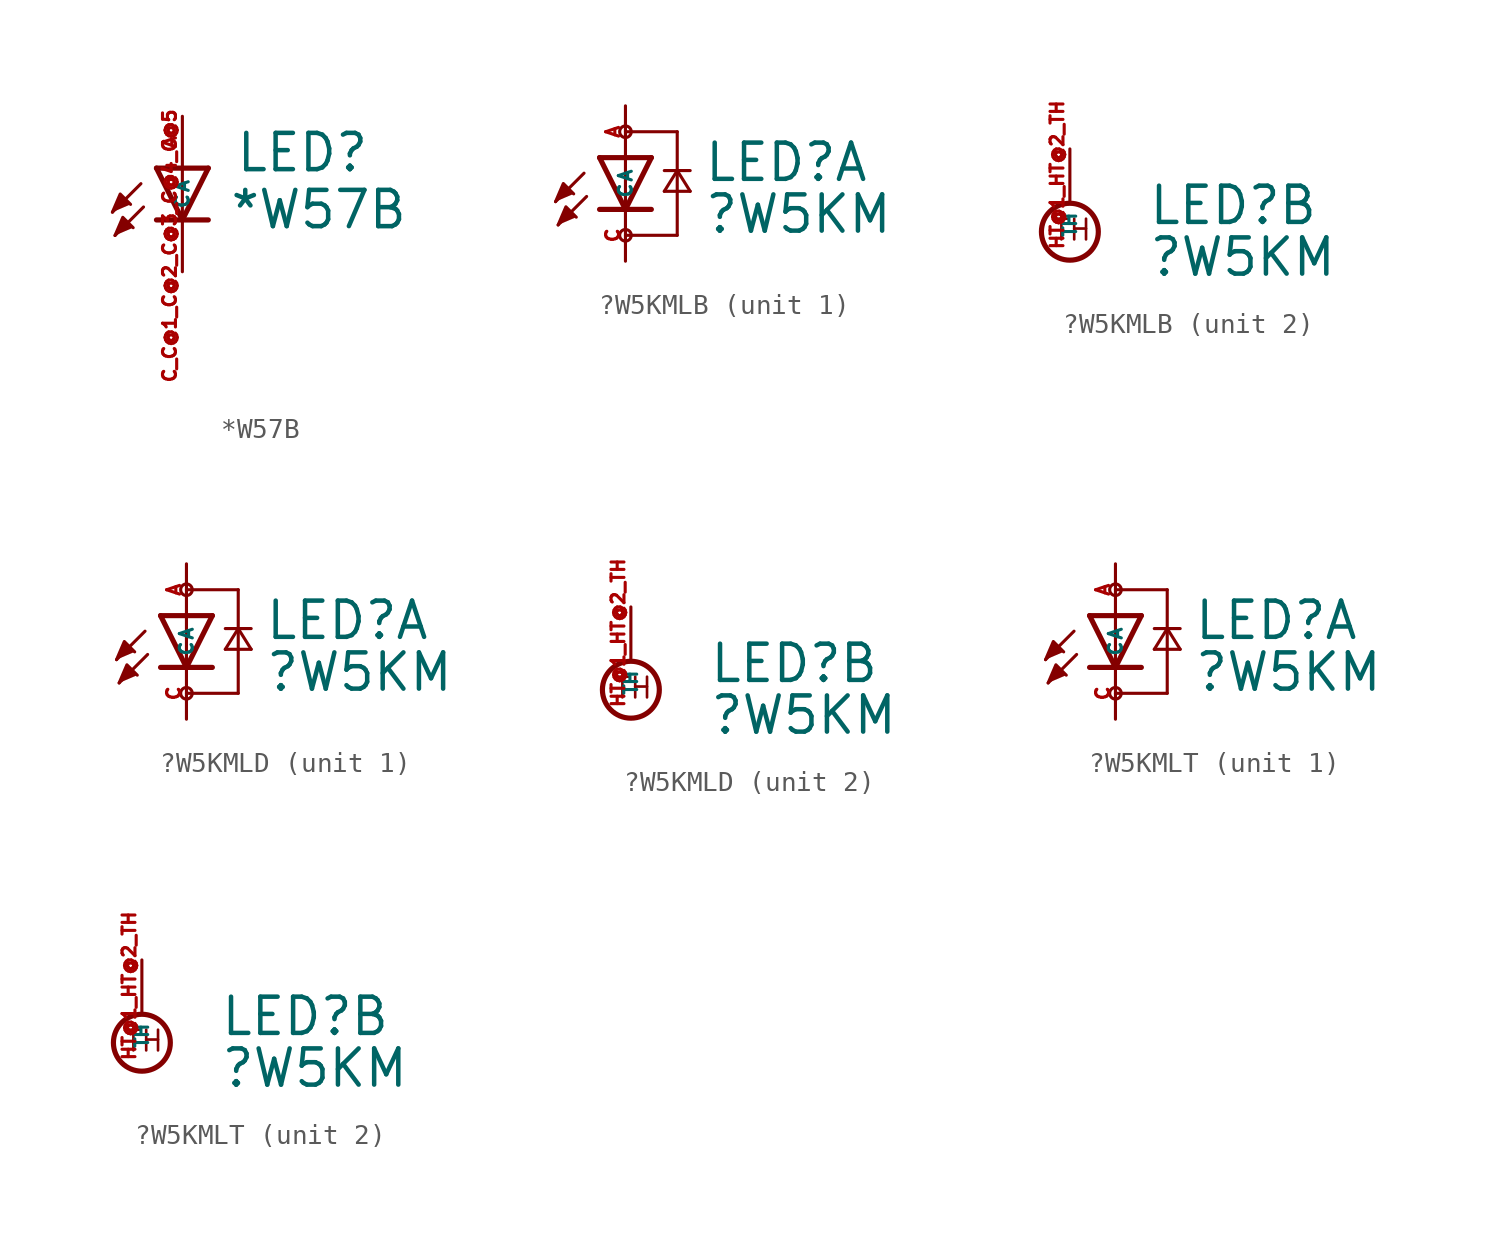
<source format=kicad_sym>
(kicad_symbol_lib
  (version 20220914)
  (generator kicad_symbol_editor)
  (symbol "*W57B"
    (property "Reference" "LED"
      (at 2.565 -0.279 0)
      (effects (font (size 1.778 1.778) (thickness 0.22)) (justify left bottom)))
    (property "Value" "*W57B"
      (at 2.261 -3.073 0)
      (effects (font (size 1.778 1.778) (thickness 0.22)) (justify left bottom)))
    (symbol "*W57B_1_1"
      (polyline (pts (xy -2.032 -0.762) (xy -3.429 -2.159)) (stroke (width 0.152) (type default)) (fill (type none)))
      (polyline (pts (xy -1.905 -1.905) (xy -3.302 -3.302)) (stroke (width 0.152) (type default)) (fill (type none)))
      (polyline (pts (xy 0 -2.54) (xy -1.27 -2.54)) (stroke (width 0.254) (type default)) (fill (type none)))
      (polyline (pts (xy 0 -2.54) (xy -1.27 0)) (stroke (width 0.254) (type default)) (fill (type none)))
      (polyline (pts (xy 0 0) (xy -1.27 0)) (stroke (width 0.254) (type default)) (fill (type none)))
      (polyline (pts (xy 0 0) (xy 0 -2.54)) (stroke (width 0.152) (type default)) (fill (type none)))
      (polyline (pts (xy 1.27 -2.54) (xy 0 -2.54)) (stroke (width 0.254) (type default)) (fill (type none)))
      (polyline (pts (xy 1.27 0) (xy 0 -2.54)) (stroke (width 0.254) (type default)) (fill (type none)))
      (polyline (pts (xy 1.27 0) (xy 0 0)) (stroke (width 0.254) (type default)) (fill (type none)))
      (polyline (pts (xy -3.429 -2.159) (xy -3.048 -1.27) (xy -2.54 -1.778)) (stroke (width 0.152) (type default)) (fill (type outline)))
      (polyline (pts (xy -3.302 -3.302) (xy -2.921 -2.413) (xy -2.413 -2.921)) (stroke (width 0.152) (type default)) (fill (type outline)))
      (pin passive line (at 0 2.54 270) (length 2.54) (name "A" (effects (font (size 0.635 0.635)))) (number "A" (effects (font (size 0.635 0.635)))))
      (pin passive line (at 0 -5.08 90) (length 2.54) (name "C" (effects (font (size 0.635 0.635)))) (number "C_C@1_C@2_C@3_C@4_C@5" (effects (font (size 0.635 0.635)))))))
  (symbol "?W5KMLB"
    (property "Reference" "LED"
      (at 3.81 -1.27 0)
      (effects (font (size 1.778 1.778) (thickness 0.22)) (justify left bottom)))
    (property "Value" "?W5KM"
      (at 3.81 -3.81 0)
      (effects (font (size 1.778 1.778) (thickness 0.22)) (justify left bottom)))
    (symbol "?W5KMLB_1_0"
      (circle (center 0 -3.81) (radius 0.284) (stroke (width 0) (type default)) (fill (type none)))
      (polyline (pts (xy -2.032 -0.762) (xy -3.429 -2.159)) (stroke (width 0.152) (type default)) (fill (type none)))
      (polyline (pts (xy -1.905 -1.905) (xy -3.302 -3.302)) (stroke (width 0.152) (type default)) (fill (type none)))
      (polyline (pts (xy 0 -2.54) (xy -1.27 -2.54)) (stroke (width 0.254) (type default)) (fill (type none)))
      (polyline (pts (xy 0 -2.54) (xy -1.27 0)) (stroke (width 0.254) (type default)) (fill (type none)))
      (polyline (pts (xy 0 0) (xy -1.27 0)) (stroke (width 0.254) (type default)) (fill (type none)))
      (polyline (pts (xy 0 0) (xy 0 -2.54)) (stroke (width 0.152) (type default)) (fill (type none)))
      (polyline (pts (xy 0 1.27) (xy 2.54 1.27)) (stroke (width 0.152) (type default)) (fill (type none)))
      (polyline (pts (xy 1.27 -2.54) (xy 0 -2.54)) (stroke (width 0.254) (type default)) (fill (type none)))
      (polyline (pts (xy 1.27 0) (xy 0 -2.54)) (stroke (width 0.254) (type default)) (fill (type none)))
      (polyline (pts (xy 1.27 0) (xy 0 0)) (stroke (width 0.254) (type default)) (fill (type none)))
      (polyline (pts (xy 1.905 -1.651) (xy 3.175 -1.651)) (stroke (width 0.152) (type default)) (fill (type none)))
      (polyline (pts (xy 1.905 -0.635) (xy 2.54 -0.635)) (stroke (width 0.152) (type default)) (fill (type none)))
      (polyline (pts (xy 2.54 -3.81) (xy 0 -3.81)) (stroke (width 0.152) (type default)) (fill (type none)))
      (polyline (pts (xy 2.54 -0.635) (xy 1.905 -1.651)) (stroke (width 0.152) (type default)) (fill (type none)))
      (polyline (pts (xy 2.54 -0.635) (xy 2.54 -3.81)) (stroke (width 0.152) (type default)) (fill (type none)))
      (polyline (pts (xy 2.54 -0.635) (xy 3.175 -0.635)) (stroke (width 0.152) (type default)) (fill (type none)))
      (polyline (pts (xy 2.54 1.27) (xy 2.54 -0.635)) (stroke (width 0.152) (type default)) (fill (type none)))
      (polyline (pts (xy 3.175 -1.651) (xy 2.54 -0.635)) (stroke (width 0.152) (type default)) (fill (type none)))
      (polyline (pts (xy -3.429 -2.159) (xy -3.048 -1.27) (xy -2.54 -1.778)) (stroke (width 0.152) (type default)) (fill (type outline)))
      (polyline (pts (xy -3.302 -3.302) (xy -2.921 -2.413) (xy -2.413 -2.921)) (stroke (width 0.152) (type default)) (fill (type outline)))
      (circle (center 0 1.27) (radius 0.284) (stroke (width 0) (type default)) (fill (type none)))
      (pin passive line (at 0 2.54 270) (length 2.54) (name "A" (effects (font (size 0.635 0.635)))) (number "A" (effects (font (size 0.635 0.635)))))
      (pin passive line (at 0 -5.08 90) (length 2.54) (name "C" (effects (font (size 0.635 0.635)))) (number "C" (effects (font (size 0.635 0.635))))))
    (symbol "?W5KMLB_2_0"
      (circle (center 0 -1.524) (radius 1.397) (stroke (width 0.254) (type default)) (fill (type none)))
      (text "TH" (at -0.889 -2.032 0) (effects (font (size 1.016 1.016) (thickness 0.13)) (justify left bottom)))
      (pin passive line (at 0 2.54 270) (length 2.54) (name "TH" (effects (font (size 0.635 0.635)))) (number "HT@1_HT@2_TH" (effects (font (size 0.635 0.635)))))))
  (symbol "?W5KMLD"
    (property "Reference" "LED"
      (at 3.81 -1.27 0)
      (effects (font (size 1.778 1.778) (thickness 0.22)) (justify left bottom)))
    (property "Value" "?W5KM"
      (at 3.81 -3.81 0)
      (effects (font (size 1.778 1.778) (thickness 0.22)) (justify left bottom)))
    (symbol "?W5KMLD_1_0"
      (circle (center 0 -3.81) (radius 0.284) (stroke (width 0) (type default)) (fill (type none)))
      (polyline (pts (xy -2.032 -0.762) (xy -3.429 -2.159)) (stroke (width 0.152) (type default)) (fill (type none)))
      (polyline (pts (xy -1.905 -1.905) (xy -3.302 -3.302)) (stroke (width 0.152) (type default)) (fill (type none)))
      (polyline (pts (xy 0 -2.54) (xy -1.27 -2.54)) (stroke (width 0.254) (type default)) (fill (type none)))
      (polyline (pts (xy 0 -2.54) (xy -1.27 0)) (stroke (width 0.254) (type default)) (fill (type none)))
      (polyline (pts (xy 0 0) (xy -1.27 0)) (stroke (width 0.254) (type default)) (fill (type none)))
      (polyline (pts (xy 0 0) (xy 0 -2.54)) (stroke (width 0.152) (type default)) (fill (type none)))
      (polyline (pts (xy 0 1.27) (xy 2.54 1.27)) (stroke (width 0.152) (type default)) (fill (type none)))
      (polyline (pts (xy 1.27 -2.54) (xy 0 -2.54)) (stroke (width 0.254) (type default)) (fill (type none)))
      (polyline (pts (xy 1.27 0) (xy 0 -2.54)) (stroke (width 0.254) (type default)) (fill (type none)))
      (polyline (pts (xy 1.27 0) (xy 0 0)) (stroke (width 0.254) (type default)) (fill (type none)))
      (polyline (pts (xy 1.905 -1.651) (xy 3.175 -1.651)) (stroke (width 0.152) (type default)) (fill (type none)))
      (polyline (pts (xy 1.905 -0.635) (xy 2.54 -0.635)) (stroke (width 0.152) (type default)) (fill (type none)))
      (polyline (pts (xy 2.54 -3.81) (xy 0 -3.81)) (stroke (width 0.152) (type default)) (fill (type none)))
      (polyline (pts (xy 2.54 -0.635) (xy 1.905 -1.651)) (stroke (width 0.152) (type default)) (fill (type none)))
      (polyline (pts (xy 2.54 -0.635) (xy 2.54 -3.81)) (stroke (width 0.152) (type default)) (fill (type none)))
      (polyline (pts (xy 2.54 -0.635) (xy 3.175 -0.635)) (stroke (width 0.152) (type default)) (fill (type none)))
      (polyline (pts (xy 2.54 1.27) (xy 2.54 -0.635)) (stroke (width 0.152) (type default)) (fill (type none)))
      (polyline (pts (xy 3.175 -1.651) (xy 2.54 -0.635)) (stroke (width 0.152) (type default)) (fill (type none)))
      (polyline (pts (xy -3.429 -2.159) (xy -3.048 -1.27) (xy -2.54 -1.778)) (stroke (width 0.152) (type default)) (fill (type outline)))
      (polyline (pts (xy -3.302 -3.302) (xy -2.921 -2.413) (xy -2.413 -2.921)) (stroke (width 0.152) (type default)) (fill (type outline)))
      (circle (center 0 1.27) (radius 0.284) (stroke (width 0) (type default)) (fill (type none)))
      (pin passive line (at 0 2.54 270) (length 2.54) (name "A" (effects (font (size 0.635 0.635)))) (number "A" (effects (font (size 0.635 0.635)))))
      (pin passive line (at 0 -5.08 90) (length 2.54) (name "C" (effects (font (size 0.635 0.635)))) (number "C" (effects (font (size 0.635 0.635))))))
    (symbol "?W5KMLD_2_0"
      (circle (center 0 -1.524) (radius 1.397) (stroke (width 0.254) (type default)) (fill (type none)))
      (text "TH" (at -0.889 -2.032 0) (effects (font (size 1.016 1.016) (thickness 0.13)) (justify left bottom)))
      (pin passive line (at 0 2.54 270) (length 2.54) (name "TH" (effects (font (size 0.635 0.635)))) (number "HT@1_HT@2_TH" (effects (font (size 0.635 0.635)))))))
  (symbol "?W5KMLT"
    (property "Reference" "LED"
      (at 3.81 -1.27 0)
      (effects (font (size 1.778 1.778) (thickness 0.22)) (justify left bottom)))
    (property "Value" "?W5KM"
      (at 3.81 -3.81 0)
      (effects (font (size 1.778 1.778) (thickness 0.22)) (justify left bottom)))
    (symbol "?W5KMLT_1_0"
      (circle (center 0 -3.81) (radius 0.284) (stroke (width 0) (type default)) (fill (type none)))
      (polyline (pts (xy -2.032 -0.762) (xy -3.429 -2.159)) (stroke (width 0.152) (type default)) (fill (type none)))
      (polyline (pts (xy -1.905 -1.905) (xy -3.302 -3.302)) (stroke (width 0.152) (type default)) (fill (type none)))
      (polyline (pts (xy 0 -2.54) (xy -1.27 -2.54)) (stroke (width 0.254) (type default)) (fill (type none)))
      (polyline (pts (xy 0 -2.54) (xy -1.27 0)) (stroke (width 0.254) (type default)) (fill (type none)))
      (polyline (pts (xy 0 0) (xy -1.27 0)) (stroke (width 0.254) (type default)) (fill (type none)))
      (polyline (pts (xy 0 0) (xy 0 -2.54)) (stroke (width 0.152) (type default)) (fill (type none)))
      (polyline (pts (xy 0 1.27) (xy 2.54 1.27)) (stroke (width 0.152) (type default)) (fill (type none)))
      (polyline (pts (xy 1.27 -2.54) (xy 0 -2.54)) (stroke (width 0.254) (type default)) (fill (type none)))
      (polyline (pts (xy 1.27 0) (xy 0 -2.54)) (stroke (width 0.254) (type default)) (fill (type none)))
      (polyline (pts (xy 1.27 0) (xy 0 0)) (stroke (width 0.254) (type default)) (fill (type none)))
      (polyline (pts (xy 1.905 -1.651) (xy 3.175 -1.651)) (stroke (width 0.152) (type default)) (fill (type none)))
      (polyline (pts (xy 1.905 -0.635) (xy 2.54 -0.635)) (stroke (width 0.152) (type default)) (fill (type none)))
      (polyline (pts (xy 2.54 -3.81) (xy 0 -3.81)) (stroke (width 0.152) (type default)) (fill (type none)))
      (polyline (pts (xy 2.54 -0.635) (xy 1.905 -1.651)) (stroke (width 0.152) (type default)) (fill (type none)))
      (polyline (pts (xy 2.54 -0.635) (xy 2.54 -3.81)) (stroke (width 0.152) (type default)) (fill (type none)))
      (polyline (pts (xy 2.54 -0.635) (xy 3.175 -0.635)) (stroke (width 0.152) (type default)) (fill (type none)))
      (polyline (pts (xy 2.54 1.27) (xy 2.54 -0.635)) (stroke (width 0.152) (type default)) (fill (type none)))
      (polyline (pts (xy 3.175 -1.651) (xy 2.54 -0.635)) (stroke (width 0.152) (type default)) (fill (type none)))
      (polyline (pts (xy -3.429 -2.159) (xy -3.048 -1.27) (xy -2.54 -1.778)) (stroke (width 0.152) (type default)) (fill (type outline)))
      (polyline (pts (xy -3.302 -3.302) (xy -2.921 -2.413) (xy -2.413 -2.921)) (stroke (width 0.152) (type default)) (fill (type outline)))
      (circle (center 0 1.27) (radius 0.284) (stroke (width 0) (type default)) (fill (type none)))
      (pin passive line (at 0 2.54 270) (length 2.54) (name "A" (effects (font (size 0.635 0.635)))) (number "A" (effects (font (size 0.635 0.635)))))
      (pin passive line (at 0 -5.08 90) (length 2.54) (name "C" (effects (font (size 0.635 0.635)))) (number "C" (effects (font (size 0.635 0.635))))))
    (symbol "?W5KMLT_2_0"
      (circle (center 0 -1.524) (radius 1.397) (stroke (width 0.254) (type default)) (fill (type none)))
      (text "TH" (at -0.889 -2.032 0) (effects (font (size 1.016 1.016) (thickness 0.13)) (justify left bottom)))
      (pin passive line (at 0 2.54 270) (length 2.54) (name "TH" (effects (font (size 0.635 0.635)))) (number "HT@1_HT@2_TH" (effects (font (size 0.635 0.635))))))))
</source>
